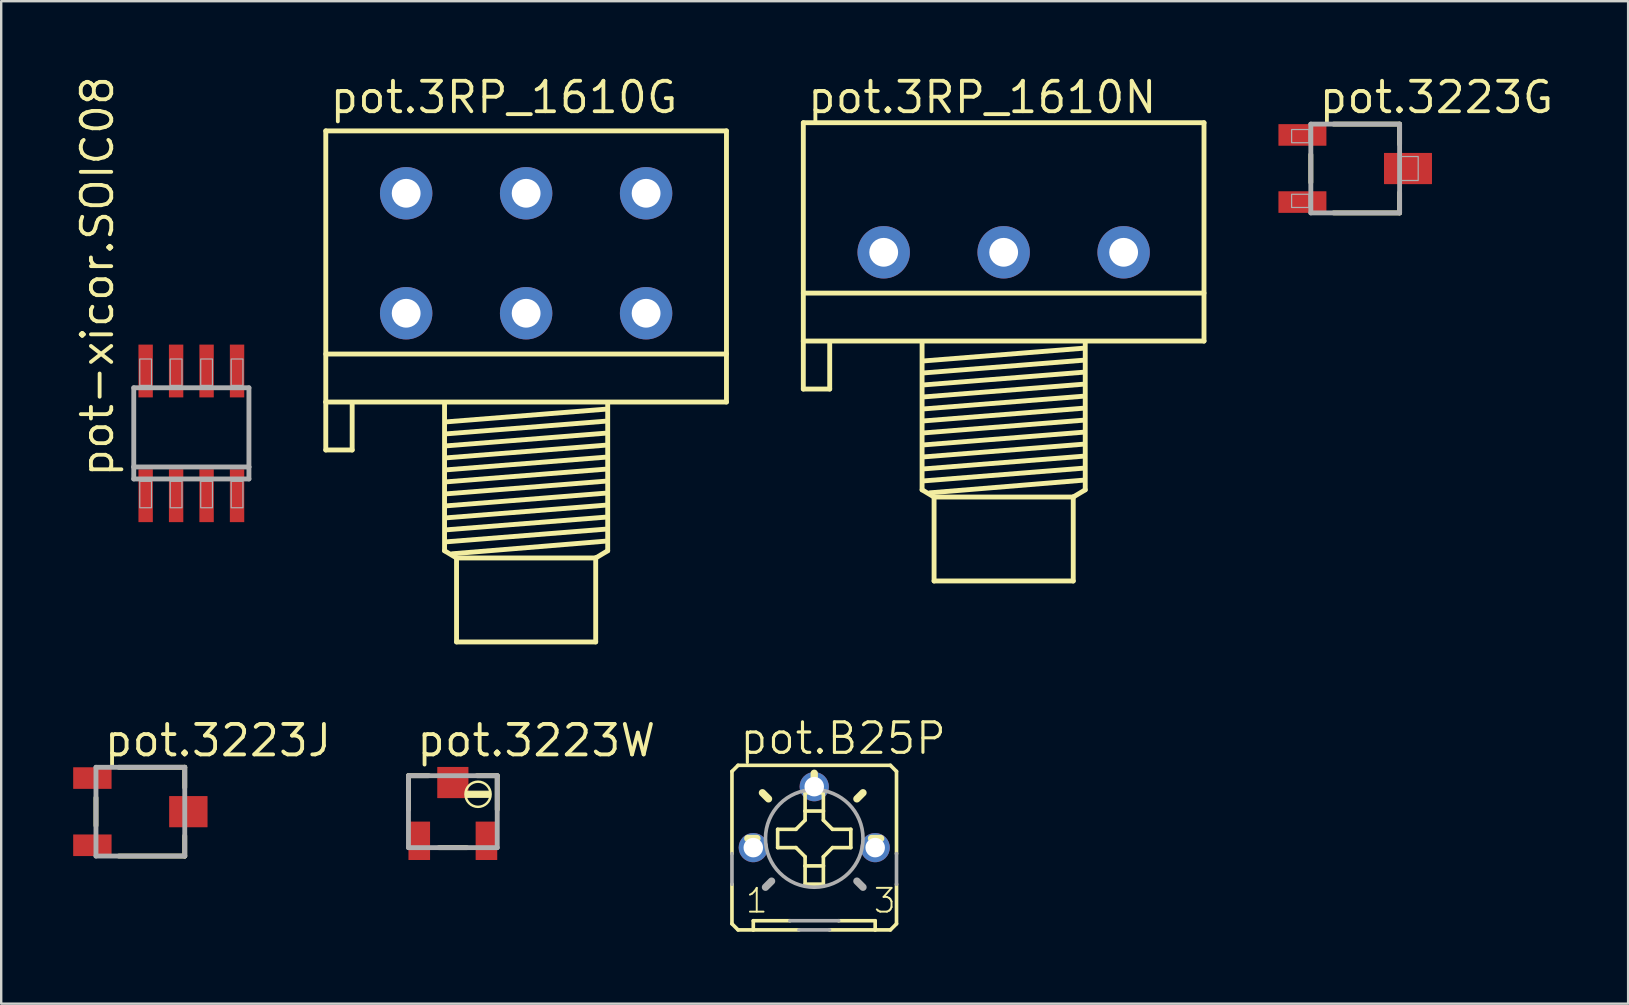
<source format=kicad_pcb>
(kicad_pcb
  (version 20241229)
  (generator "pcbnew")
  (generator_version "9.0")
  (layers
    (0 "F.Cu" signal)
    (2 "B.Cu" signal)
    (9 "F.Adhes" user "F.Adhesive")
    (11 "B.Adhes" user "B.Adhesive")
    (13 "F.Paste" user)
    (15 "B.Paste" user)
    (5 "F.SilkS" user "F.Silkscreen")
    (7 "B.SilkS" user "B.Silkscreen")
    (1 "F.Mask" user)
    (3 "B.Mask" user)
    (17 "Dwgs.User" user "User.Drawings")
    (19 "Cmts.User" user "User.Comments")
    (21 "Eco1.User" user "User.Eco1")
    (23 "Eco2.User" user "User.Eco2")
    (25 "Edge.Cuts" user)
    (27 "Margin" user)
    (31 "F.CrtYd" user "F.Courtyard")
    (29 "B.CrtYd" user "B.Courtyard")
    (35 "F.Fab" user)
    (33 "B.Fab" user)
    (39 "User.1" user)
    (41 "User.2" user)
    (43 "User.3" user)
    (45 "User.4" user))
  (footprint "pot.3223G"
    (layer "F.Cu")
    (at 53.433 3.973)
    (property "Reference" "pot.3223G" (at -1.587 -2.223 0) (layer "F.SilkS") (effects (font (size 1.27 1.27) (thickness 0.16)) (justify left bottom)))
    (attr smd)
    (fp_line (start -1.85 0.58) (end -1.85 -0.58) (stroke (width 0.203) (type default)) (layer "F.SilkS"))
    (fp_line (start -0.897 -1.85) (end 1.85 -1.85) (stroke (width 0.203) (type default)) (layer "F.SilkS"))
    (fp_line (start 1.85 -1.85) (end 1.85 -1.008) (stroke (width 0.203) (type default)) (layer "F.SilkS"))
    (fp_line (start 1.85 1.008) (end 1.85 1.85) (stroke (width 0.203) (type default)) (layer "F.SilkS"))
    (fp_line (start 1.85 1.85) (end -0.897 1.85) (stroke (width 0.203) (type default)) (layer "F.SilkS"))
    (fp_line (start -1.85 -1.85) (end 1.85 -1.85) (stroke (width 0.203) (type default)) (layer "F.Fab"))
    (fp_line (start -1.85 1.85) (end -1.85 -1.85) (stroke (width 0.203) (type default)) (layer "F.Fab"))
    (fp_line (start 1.85 -1.85) (end 1.85 1.85) (stroke (width 0.203) (type default)) (layer "F.Fab"))
    (fp_line (start 1.85 1.85) (end -1.85 1.85) (stroke (width 0.203) (type default)) (layer "F.Fab"))
    (fp_rect (start -2.65 -1.075) (end -1.925 -1.625) (stroke (width 0.05) (type default)) (fill no) (layer "F.Fab"))
    (fp_rect (start -2.65 1.625) (end -1.925 1.075) (stroke (width 0.05) (type default)) (fill no) (layer "F.Fab"))
    (fp_rect (start 1.925 0.5) (end 2.625 -0.5) (stroke (width 0.05) (type default)) (fill no) (layer "F.Fab"))
    (pad "1" smd roundrect (at -2.2 -1.4) (size 2 0.9) (layers "F.Cu" "F.Mask" "F.Paste") (roundrect_rratio 0.01))
    (pad "2" smd roundrect (at 2.2 0) (size 2 1.3) (layers "F.Cu" "F.Mask" "F.Paste") (roundrect_rratio 0.01))
    (pad "3" smd roundrect (at -2.2 1.4) (size 2 0.9) (layers "F.Cu" "F.Mask" "F.Paste") (roundrect_rratio 0.01)))
  (footprint "pot.B25P"
    (layer "F.Cu")
    (at 30.886 32.277)
    (property "Reference" "pot.B25P" (at -3.175 -3.81 0) (layer "F.SilkS") (effects (font (size 1.27 1.27) (thickness 0.13)) (justify left bottom)))
    (attr through_hole)
    (fp_line (start -3.429 -3.175) (end -3.429 0.254) (stroke (width 0.152) (type default)) (layer "F.SilkS"))
    (fp_line (start -3.429 1.524) (end -3.429 3.175) (stroke (width 0.152) (type default)) (layer "F.SilkS"))
    (fp_line (start -3.175 -3.429) (end -3.429 -3.175) (stroke (width 0.152) (type default)) (layer "F.SilkS"))
    (fp_line (start -3.175 3.429) (end -3.429 3.175) (stroke (width 0.152) (type default)) (layer "F.SilkS"))
    (fp_line (start -3.175 3.429) (end -2.54 3.429) (stroke (width 0.152) (type default)) (layer "F.SilkS"))
    (fp_line (start -2.54 3.048) (end -2.54 3.429) (stroke (width 0.152) (type default)) (layer "F.SilkS"))
    (fp_line (start -2.54 3.048) (end -1.016 3.048) (stroke (width 0.152) (type default)) (layer "F.SilkS"))
    (fp_line (start -2.54 3.429) (end -0.635 3.429) (stroke (width 0.152) (type default)) (layer "F.SilkS"))
    (fp_line (start -2.388 -0.381) (end -2.769 -0.381) (stroke (width 0.305) (type default)) (layer "F.SilkS"))
    (fp_line (start -1.905 -2.032) (end -2.159 -2.286) (stroke (width 0.305) (type default)) (layer "F.SilkS"))
    (fp_line (start -1.524 -0.762) (end -1.524 0) (stroke (width 0.152) (type default)) (layer "F.SilkS"))
    (fp_line (start -1.524 0) (end -0.762 0) (stroke (width 0.152) (type default)) (layer "F.SilkS"))
    (fp_line (start -0.762 -0.762) (end -1.524 -0.762) (stroke (width 0.152) (type default)) (layer "F.SilkS"))
    (fp_line (start -0.381 -2.286) (end -0.381 -1.524) (stroke (width 0.152) (type default)) (layer "F.SilkS"))
    (fp_line (start -0.381 -1.524) (end -0.381 -1.143) (stroke (width 0.152) (type default)) (layer "F.SilkS"))
    (fp_line (start -0.381 -1.143) (end -0.762 -0.762) (stroke (width 0.152) (type default)) (layer "F.SilkS"))
    (fp_line (start -0.381 0.381) (end -0.762 0) (stroke (width 0.152) (type default)) (layer "F.SilkS"))
    (fp_line (start -0.381 0.381) (end -0.381 0.762) (stroke (width 0.152) (type default)) (layer "F.SilkS"))
    (fp_line (start -0.381 0.762) (end -0.381 1.524) (stroke (width 0.152) (type default)) (layer "F.SilkS"))
    (fp_line (start -0.381 1.524) (end 0.381 1.524) (stroke (width 0.152) (type default)) (layer "F.SilkS"))
    (fp_line (start 0 -2.718) (end 0 -3.099) (stroke (width 0.305) (type default)) (layer "F.SilkS"))
    (fp_line (start 0.381 -2.286) (end -0.381 -2.286) (stroke (width 0.152) (type default)) (layer "F.SilkS"))
    (fp_line (start 0.381 -1.524) (end -0.381 -1.524) (stroke (width 0.152) (type default)) (layer "F.SilkS"))
    (fp_line (start 0.381 -1.524) (end 0.381 -2.286) (stroke (width 0.152) (type default)) (layer "F.SilkS"))
    (fp_line (start 0.381 -1.143) (end 0.381 -1.524) (stroke (width 0.152) (type default)) (layer "F.SilkS"))
    (fp_line (start 0.381 0.381) (end 0.762 0) (stroke (width 0.152) (type default)) (layer "F.SilkS"))
    (fp_line (start 0.381 0.762) (end -0.381 0.762) (stroke (width 0.152) (type default)) (layer "F.SilkS"))
    (fp_line (start 0.381 0.762) (end 0.381 0.381) (stroke (width 0.152) (type default)) (layer "F.SilkS"))
    (fp_line (start 0.381 1.524) (end 0.381 0.762) (stroke (width 0.152) (type default)) (layer "F.SilkS"))
    (fp_line (start 0.635 3.429) (end 2.54 3.429) (stroke (width 0.152) (type default)) (layer "F.SilkS"))
    (fp_line (start 0.762 -0.762) (end 0.381 -1.143) (stroke (width 0.152) (type default)) (layer "F.SilkS"))
    (fp_line (start 0.762 0) (end 1.524 0) (stroke (width 0.152) (type default)) (layer "F.SilkS"))
    (fp_line (start 1.016 3.048) (end 2.54 3.048) (stroke (width 0.152) (type default)) (layer "F.SilkS"))
    (fp_line (start 1.524 -0.762) (end 0.762 -0.762) (stroke (width 0.152) (type default)) (layer "F.SilkS"))
    (fp_line (start 1.524 0) (end 1.524 -0.762) (stroke (width 0.152) (type default)) (layer "F.SilkS"))
    (fp_line (start 1.778 -2.032) (end 2.032 -2.286) (stroke (width 0.305) (type default)) (layer "F.SilkS"))
    (fp_line (start 2.388 -0.381) (end 2.769 -0.381) (stroke (width 0.305) (type default)) (layer "F.SilkS"))
    (fp_line (start 2.54 3.429) (end 2.54 3.048) (stroke (width 0.152) (type default)) (layer "F.SilkS"))
    (fp_line (start 2.54 3.429) (end 3.175 3.429) (stroke (width 0.152) (type default)) (layer "F.SilkS"))
    (fp_line (start 3.175 -3.429) (end -3.175 -3.429) (stroke (width 0.152) (type default)) (layer "F.SilkS"))
    (fp_line (start 3.175 -3.429) (end 3.429 -3.175) (stroke (width 0.152) (type default)) (layer "F.SilkS"))
    (fp_line (start 3.175 3.429) (end 3.429 3.175) (stroke (width 0.152) (type default)) (layer "F.SilkS"))
    (fp_line (start 3.429 0.254) (end 3.429 -3.175) (stroke (width 0.152) (type default)) (layer "F.SilkS"))
    (fp_line (start 3.429 3.175) (end 3.429 1.524) (stroke (width 0.152) (type default)) (layer "F.SilkS"))
    (fp_line (start -3.429 0.254) (end -3.429 1.524) (stroke (width 0.152) (type default)) (layer "F.Fab"))
    (fp_line (start -1.778 1.397) (end -2.032 1.651) (stroke (width 0.305) (type default)) (layer "F.Fab"))
    (fp_line (start -1.016 3.048) (end 1.016 3.048) (stroke (width 0.152) (type default)) (layer "F.Fab"))
    (fp_line (start -0.635 3.429) (end 0.635 3.429) (stroke (width 0.152) (type default)) (layer "F.Fab"))
    (fp_line (start 1.778 1.397) (end 2.032 1.651) (stroke (width 0.305) (type default)) (layer "F.Fab"))
    (fp_line (start 3.429 1.524) (end 3.429 0.254) (stroke (width 0.152) (type default)) (layer "F.Fab"))
    (fp_circle (center 0 -0.381) (end 2.032 -0.381) (stroke (width 0.152) (type default)) (fill no) (layer "F.Fab"))
    (fp_text user "1" (at -2.921 2.794 0) (layer "F.SilkS") (effects (font (size 0.991 0.991) (thickness 0.08)) (justify left bottom)))
    (fp_text user "3" (at 2.413 2.794 0) (layer "F.SilkS") (effects (font (size 0.991 0.991) (thickness 0.08)) (justify left bottom)))
    (pad "A" thru_hole circle (at -2.54 0) (size 1.219 1.219) (drill 0.813) (layers "*.Cu" "*.Mask"))
    (pad "E" thru_hole circle (at 2.54 0) (size 1.219 1.219) (drill 0.813) (layers "*.Cu" "*.Mask"))
    (pad "S" thru_hole circle (at 0 -2.54) (size 1.219 1.219) (drill 0.813) (layers "*.Cu" "*.Mask")))
  (footprint "pot-xicor.SOIC08"
    (layer "F.Cu")
    (at 4.925 15.012)
    (property "Reference" "pot-xicor.SOIC08" (at -3.175 1.905 90) (layer "F.SilkS") (effects (font (size 1.27 1.27) (thickness 0.16)) (justify left bottom)))
    (attr smd)
    (fp_line (start -2.4 -1.9) (end 2.4 -1.9) (stroke (width 0.203) (type default)) (layer "F.Fab"))
    (fp_line (start -2.4 1.4) (end -2.4 -1.9) (stroke (width 0.203) (type default)) (layer "F.Fab"))
    (fp_line (start -2.4 1.9) (end -2.4 1.4) (stroke (width 0.203) (type default)) (layer "F.Fab"))
    (fp_line (start 2.4 -1.9) (end 2.4 1.4) (stroke (width 0.203) (type default)) (layer "F.Fab"))
    (fp_line (start 2.4 1.4) (end -2.4 1.4) (stroke (width 0.203) (type default)) (layer "F.Fab"))
    (fp_line (start 2.4 1.4) (end 2.4 1.9) (stroke (width 0.203) (type default)) (layer "F.Fab"))
    (fp_line (start 2.4 1.9) (end -2.4 1.9) (stroke (width 0.203) (type default)) (layer "F.Fab"))
    (fp_rect (start -2.15 -2) (end -1.66 -3.1) (stroke (width 0.05) (type default)) (fill no) (layer "F.Fab"))
    (fp_rect (start -2.15 3.1) (end -1.66 2) (stroke (width 0.05) (type default)) (fill no) (layer "F.Fab"))
    (fp_rect (start -0.88 -2) (end -0.39 -3.1) (stroke (width 0.05) (type default)) (fill no) (layer "F.Fab"))
    (fp_rect (start -0.88 3.1) (end -0.39 2) (stroke (width 0.05) (type default)) (fill no) (layer "F.Fab"))
    (fp_rect (start 0.39 -2) (end 0.88 -3.1) (stroke (width 0.05) (type default)) (fill no) (layer "F.Fab"))
    (fp_rect (start 0.39 3.1) (end 0.88 2) (stroke (width 0.05) (type default)) (fill no) (layer "F.Fab"))
    (fp_rect (start 1.66 -2) (end 2.15 -3.1) (stroke (width 0.05) (type default)) (fill no) (layer "F.Fab"))
    (fp_rect (start 1.66 3.1) (end 2.15 2) (stroke (width 0.05) (type default)) (fill no) (layer "F.Fab"))
    (pad "1" smd roundrect (at -1.905 2.6) (size 0.6 2.2) (layers "F.Cu" "F.Mask" "F.Paste") (roundrect_rratio 0.01))
    (pad "2" smd roundrect (at -0.635 2.6) (size 0.6 2.2) (layers "F.Cu" "F.Mask" "F.Paste") (roundrect_rratio 0.01))
    (pad "3" smd roundrect (at 0.635 2.6) (size 0.6 2.2) (layers "F.Cu" "F.Mask" "F.Paste") (roundrect_rratio 0.01))
    (pad "4" smd roundrect (at 1.905 2.6) (size 0.6 2.2) (layers "F.Cu" "F.Mask" "F.Paste") (roundrect_rratio 0.01))
    (pad "5" smd roundrect (at 1.905 -2.6) (size 0.6 2.2) (layers "F.Cu" "F.Mask" "F.Paste") (roundrect_rratio 0.01))
    (pad "6" smd roundrect (at 0.635 -2.6) (size 0.6 2.2) (layers "F.Cu" "F.Mask" "F.Paste") (roundrect_rratio 0.01))
    (pad "7" smd roundrect (at -0.635 -2.6) (size 0.6 2.2) (layers "F.Cu" "F.Mask" "F.Paste") (roundrect_rratio 0.01))
    (pad "8" smd roundrect (at -1.905 -2.6) (size 0.6 2.2) (layers "F.Cu" "F.Mask" "F.Paste") (roundrect_rratio 0.01)))
  (footprint "pot.3RP_1610N"
    (layer "F.Cu")
    (at 38.781 7.465)
    (property "Reference" "pot.3RP_1610N" (at -8.255 -5.715 0) (layer "F.SilkS") (effects (font (size 1.27 1.27) (thickness 0.16)) (justify left bottom)))
    (attr through_hole)
    (fp_line (start -8.35 -5.4) (end 8.35 -5.4) (stroke (width 0.203) (type default)) (layer "F.SilkS"))
    (fp_line (start -8.35 1.7) (end 8.35 1.7) (stroke (width 0.203) (type default)) (layer "F.SilkS"))
    (fp_line (start -8.35 3.7) (end -8.35 -5.4) (stroke (width 0.203) (type default)) (layer "F.SilkS"))
    (fp_line (start -8.35 3.7) (end -8.35 5.7) (stroke (width 0.203) (type default)) (layer "F.SilkS"))
    (fp_line (start -8.35 3.7) (end 8.35 3.7) (stroke (width 0.203) (type default)) (layer "F.SilkS"))
    (fp_line (start -8.35 5.7) (end -7.25 5.7) (stroke (width 0.203) (type default)) (layer "F.SilkS"))
    (fp_line (start -7.25 5.7) (end -7.25 3.8) (stroke (width 0.203) (type default)) (layer "F.SilkS"))
    (fp_line (start -3.4 3.8) (end -3.4 9.9) (stroke (width 0.203) (type default)) (layer "F.SilkS"))
    (fp_line (start -3.4 9.9) (end -2.9 10.2) (stroke (width 0.203) (type default)) (layer "F.SilkS"))
    (fp_line (start -3.3 4.525) (end 3.3 4) (stroke (width 0.203) (type default)) (layer "F.SilkS"))
    (fp_line (start -3.3 5.025) (end 3.3 4.5) (stroke (width 0.203) (type default)) (layer "F.SilkS"))
    (fp_line (start -3.3 5.525) (end 3.3 5) (stroke (width 0.203) (type default)) (layer "F.SilkS"))
    (fp_line (start -3.3 6.025) (end 3.3 5.5) (stroke (width 0.203) (type default)) (layer "F.SilkS"))
    (fp_line (start -3.3 6.525) (end 3.3 6) (stroke (width 0.203) (type default)) (layer "F.SilkS"))
    (fp_line (start -3.3 7.025) (end 3.3 6.5) (stroke (width 0.203) (type default)) (layer "F.SilkS"))
    (fp_line (start -3.3 7.525) (end 3.3 7) (stroke (width 0.203) (type default)) (layer "F.SilkS"))
    (fp_line (start -3.3 8.025) (end 3.3 7.5) (stroke (width 0.203) (type default)) (layer "F.SilkS"))
    (fp_line (start -3.3 8.525) (end 3.3 8) (stroke (width 0.203) (type default)) (layer "F.SilkS"))
    (fp_line (start -3.3 9.025) (end 3.3 8.5) (stroke (width 0.203) (type default)) (layer "F.SilkS"))
    (fp_line (start -3.3 9.525) (end 3.3 9) (stroke (width 0.203) (type default)) (layer "F.SilkS"))
    (fp_line (start -3.075 10.025) (end 3.3 9.5) (stroke (width 0.203) (type default)) (layer "F.SilkS"))
    (fp_line (start -2.9 10.2) (end -2.9 13.7) (stroke (width 0.203) (type default)) (layer "F.SilkS"))
    (fp_line (start -2.9 10.2) (end 2.9 10.2) (stroke (width 0.203) (type default)) (layer "F.SilkS"))
    (fp_line (start -2.9 13.7) (end 2.9 13.7) (stroke (width 0.203) (type default)) (layer "F.SilkS"))
    (fp_line (start 2.9 10.2) (end 3.4 9.9) (stroke (width 0.203) (type default)) (layer "F.SilkS"))
    (fp_line (start 2.9 13.7) (end 2.9 10.2) (stroke (width 0.203) (type default)) (layer "F.SilkS"))
    (fp_line (start 3.4 9.9) (end 3.4 3.8) (stroke (width 0.203) (type default)) (layer "F.SilkS"))
    (fp_line (start 8.35 3.7) (end 8.35 -5.4) (stroke (width 0.203) (type default)) (layer "F.SilkS"))
    (pad "1" thru_hole circle (at -5 0) (size 2.184 2.184) (drill 1.2) (layers "*.Cu" "*.Mask"))
    (pad "2" thru_hole circle (at 0 0) (size 2.184 2.184) (drill 1.2) (layers "*.Cu" "*.Mask"))
    (pad "3" thru_hole circle (at 5 0) (size 2.184 2.184) (drill 1.2) (layers "*.Cu" "*.Mask")))
  (footprint "pot.3223W"
    (layer "F.Cu")
    (at 15.824 30.779)
    (property "Reference" "pot.3223W" (at -1.587 -2.223 0) (layer "F.SilkS") (effects (font (size 1.27 1.27) (thickness 0.16)) (justify left bottom)))
    (attr smd)
    (fp_line (start -1.85 -1.5) (end -1.008 -1.5) (stroke (width 0.203) (type default)) (layer "F.SilkS"))
    (fp_line (start -1.85 -0.087) (end -1.85 -1.5) (stroke (width 0.203) (type default)) (layer "F.SilkS"))
    (fp_line (start 0.58 1.5) (end -0.58 1.5) (stroke (width 0.203) (type default)) (layer "F.SilkS"))
    (fp_line (start 1.008 -1.5) (end 1.85 -1.5) (stroke (width 0.203) (type default)) (layer "F.SilkS"))
    (fp_line (start 1.85 -1.5) (end 1.85 -0.087) (stroke (width 0.203) (type default)) (layer "F.SilkS"))
    (fp_rect (start 0.55 -0.6) (end 1.55 -0.85) (stroke (width 0.05) (type default)) (fill yes) (layer "F.SilkS"))
    (fp_circle (center 1.05 -0.725) (end 1.575 -0.725) (stroke (width 0.102) (type default)) (fill no) (layer "F.SilkS"))
    (fp_line (start -1.85 -1.5) (end 1.85 -1.5) (stroke (width 0.203) (type default)) (layer "F.Fab"))
    (fp_line (start -1.85 1.5) (end -1.85 -1.5) (stroke (width 0.203) (type default)) (layer "F.Fab"))
    (fp_line (start 1.85 -1.5) (end 1.85 1.5) (stroke (width 0.203) (type default)) (layer "F.Fab"))
    (fp_line (start 1.85 1.5) (end -1.85 1.5) (stroke (width 0.203) (type default)) (layer "F.Fab"))
    (pad "1" smd roundrect (at -1.4 1.215) (size 0.9 1.6) (layers "F.Cu" "F.Mask" "F.Paste") (roundrect_rratio 0.01))
    (pad "2" smd roundrect (at 0 -1.215) (size 1.3 1.3) (layers "F.Cu" "F.Mask" "F.Paste") (roundrect_rratio 0.01))
    (pad "3" smd roundrect (at 1.4 1.215) (size 0.9 1.6) (layers "F.Cu" "F.Mask" "F.Paste") (roundrect_rratio 0.01)))
  (footprint "pot.3RP_1610G"
    (layer "F.Cu")
    (at 18.878 10.005)
    (property "Reference" "pot.3RP_1610G" (at -8.255 -8.255 0) (layer "F.SilkS") (effects (font (size 1.27 1.27) (thickness 0.16)) (justify left bottom)))
    (attr through_hole)
    (fp_line (start -8.35 -7.6) (end 8.35 -7.6) (stroke (width 0.203) (type default)) (layer "F.SilkS"))
    (fp_line (start -8.35 1.7) (end 8.35 1.7) (stroke (width 0.203) (type default)) (layer "F.SilkS"))
    (fp_line (start -8.35 3.7) (end -8.35 -7.6) (stroke (width 0.203) (type default)) (layer "F.SilkS"))
    (fp_line (start -8.35 3.7) (end -8.35 5.7) (stroke (width 0.203) (type default)) (layer "F.SilkS"))
    (fp_line (start -8.35 3.7) (end 8.35 3.7) (stroke (width 0.203) (type default)) (layer "F.SilkS"))
    (fp_line (start -8.35 5.7) (end -7.25 5.7) (stroke (width 0.203) (type default)) (layer "F.SilkS"))
    (fp_line (start -7.25 5.7) (end -7.25 3.8) (stroke (width 0.203) (type default)) (layer "F.SilkS"))
    (fp_line (start -3.4 3.8) (end -3.4 9.9) (stroke (width 0.203) (type default)) (layer "F.SilkS"))
    (fp_line (start -3.4 9.9) (end -2.9 10.2) (stroke (width 0.203) (type default)) (layer "F.SilkS"))
    (fp_line (start -3.3 4.525) (end 3.3 4) (stroke (width 0.203) (type default)) (layer "F.SilkS"))
    (fp_line (start -3.3 5.025) (end 3.3 4.5) (stroke (width 0.203) (type default)) (layer "F.SilkS"))
    (fp_line (start -3.3 5.525) (end 3.3 5) (stroke (width 0.203) (type default)) (layer "F.SilkS"))
    (fp_line (start -3.3 6.025) (end 3.3 5.5) (stroke (width 0.203) (type default)) (layer "F.SilkS"))
    (fp_line (start -3.3 6.525) (end 3.3 6) (stroke (width 0.203) (type default)) (layer "F.SilkS"))
    (fp_line (start -3.3 7.025) (end 3.3 6.5) (stroke (width 0.203) (type default)) (layer "F.SilkS"))
    (fp_line (start -3.3 7.525) (end 3.3 7) (stroke (width 0.203) (type default)) (layer "F.SilkS"))
    (fp_line (start -3.3 8.025) (end 3.3 7.5) (stroke (width 0.203) (type default)) (layer "F.SilkS"))
    (fp_line (start -3.3 8.525) (end 3.3 8) (stroke (width 0.203) (type default)) (layer "F.SilkS"))
    (fp_line (start -3.3 9.025) (end 3.3 8.5) (stroke (width 0.203) (type default)) (layer "F.SilkS"))
    (fp_line (start -3.3 9.525) (end 3.3 9) (stroke (width 0.203) (type default)) (layer "F.SilkS"))
    (fp_line (start -3.075 10.025) (end 3.3 9.5) (stroke (width 0.203) (type default)) (layer "F.SilkS"))
    (fp_line (start -2.9 10.2) (end -2.9 13.7) (stroke (width 0.203) (type default)) (layer "F.SilkS"))
    (fp_line (start -2.9 10.2) (end 2.9 10.2) (stroke (width 0.203) (type default)) (layer "F.SilkS"))
    (fp_line (start -2.9 13.7) (end 2.9 13.7) (stroke (width 0.203) (type default)) (layer "F.SilkS"))
    (fp_line (start 2.9 10.2) (end 3.4 9.9) (stroke (width 0.203) (type default)) (layer "F.SilkS"))
    (fp_line (start 2.9 13.7) (end 2.9 10.2) (stroke (width 0.203) (type default)) (layer "F.SilkS"))
    (fp_line (start 3.4 9.9) (end 3.4 3.8) (stroke (width 0.203) (type default)) (layer "F.SilkS"))
    (fp_line (start 8.35 3.7) (end 8.35 -7.6) (stroke (width 0.203) (type default)) (layer "F.SilkS"))
    (pad "1-1" thru_hole circle (at -5 0) (size 2.184 2.184) (drill 1.2) (layers "*.Cu" "*.Mask"))
    (pad "1-2" thru_hole circle (at 0 0) (size 2.184 2.184) (drill 1.2) (layers "*.Cu" "*.Mask"))
    (pad "1-3" thru_hole circle (at 5 0) (size 2.184 2.184) (drill 1.2) (layers "*.Cu" "*.Mask"))
    (pad "2-1" thru_hole circle (at -5 -5) (size 2.184 2.184) (drill 1.2) (layers "*.Cu" "*.Mask"))
    (pad "2-2" thru_hole circle (at 0 -5) (size 2.184 2.184) (drill 1.2) (layers "*.Cu" "*.Mask"))
    (pad "2-3" thru_hole circle (at 5 -5) (size 2.184 2.184) (drill 1.2) (layers "*.Cu" "*.Mask")))
  (footprint "pot.3223J"
    (layer "F.Cu")
    (at 2.8 30.779)
    (property "Reference" "pot.3223J" (at -1.587 -2.223 0) (layer "F.SilkS") (effects (font (size 1.27 1.27) (thickness 0.16)) (justify left bottom)))
    (attr smd)
    (fp_line (start -1.85 0.58) (end -1.85 -0.58) (stroke (width 0.203) (type default)) (layer "F.SilkS"))
    (fp_line (start -0.897 -1.85) (end 1.85 -1.85) (stroke (width 0.203) (type default)) (layer "F.SilkS"))
    (fp_line (start 1.85 -1.85) (end 1.85 -1.008) (stroke (width 0.203) (type default)) (layer "F.SilkS"))
    (fp_line (start 1.85 1.008) (end 1.85 1.85) (stroke (width 0.203) (type default)) (layer "F.SilkS"))
    (fp_line (start 1.85 1.85) (end -0.897 1.85) (stroke (width 0.203) (type default)) (layer "F.SilkS"))
    (fp_line (start -1.85 -1.85) (end 1.85 -1.85) (stroke (width 0.203) (type default)) (layer "F.Fab"))
    (fp_line (start -1.85 1.85) (end -1.85 -1.85) (stroke (width 0.203) (type default)) (layer "F.Fab"))
    (fp_line (start 1.85 -1.85) (end 1.85 1.85) (stroke (width 0.203) (type default)) (layer "F.Fab"))
    (fp_line (start 1.85 1.85) (end -1.85 1.85) (stroke (width 0.203) (type default)) (layer "F.Fab"))
    (pad "1" smd roundrect (at -2 -1.4) (size 1.6 0.9) (layers "F.Cu" "F.Mask" "F.Paste") (roundrect_rratio 0.01))
    (pad "2" smd roundrect (at 2 0) (size 1.6 1.3) (layers "F.Cu" "F.Mask" "F.Paste") (roundrect_rratio 0.01))
    (pad "3" smd roundrect (at -2 1.4) (size 1.6 0.9) (layers "F.Cu" "F.Mask" "F.Paste") (roundrect_rratio 0.01)))
  (gr_rect
    (start -3 -3)
    (end 64.808 38.782)
    (stroke (width 0.1) (type default))
    (fill no)
    (layer "Edge.Cuts")))
</source>
